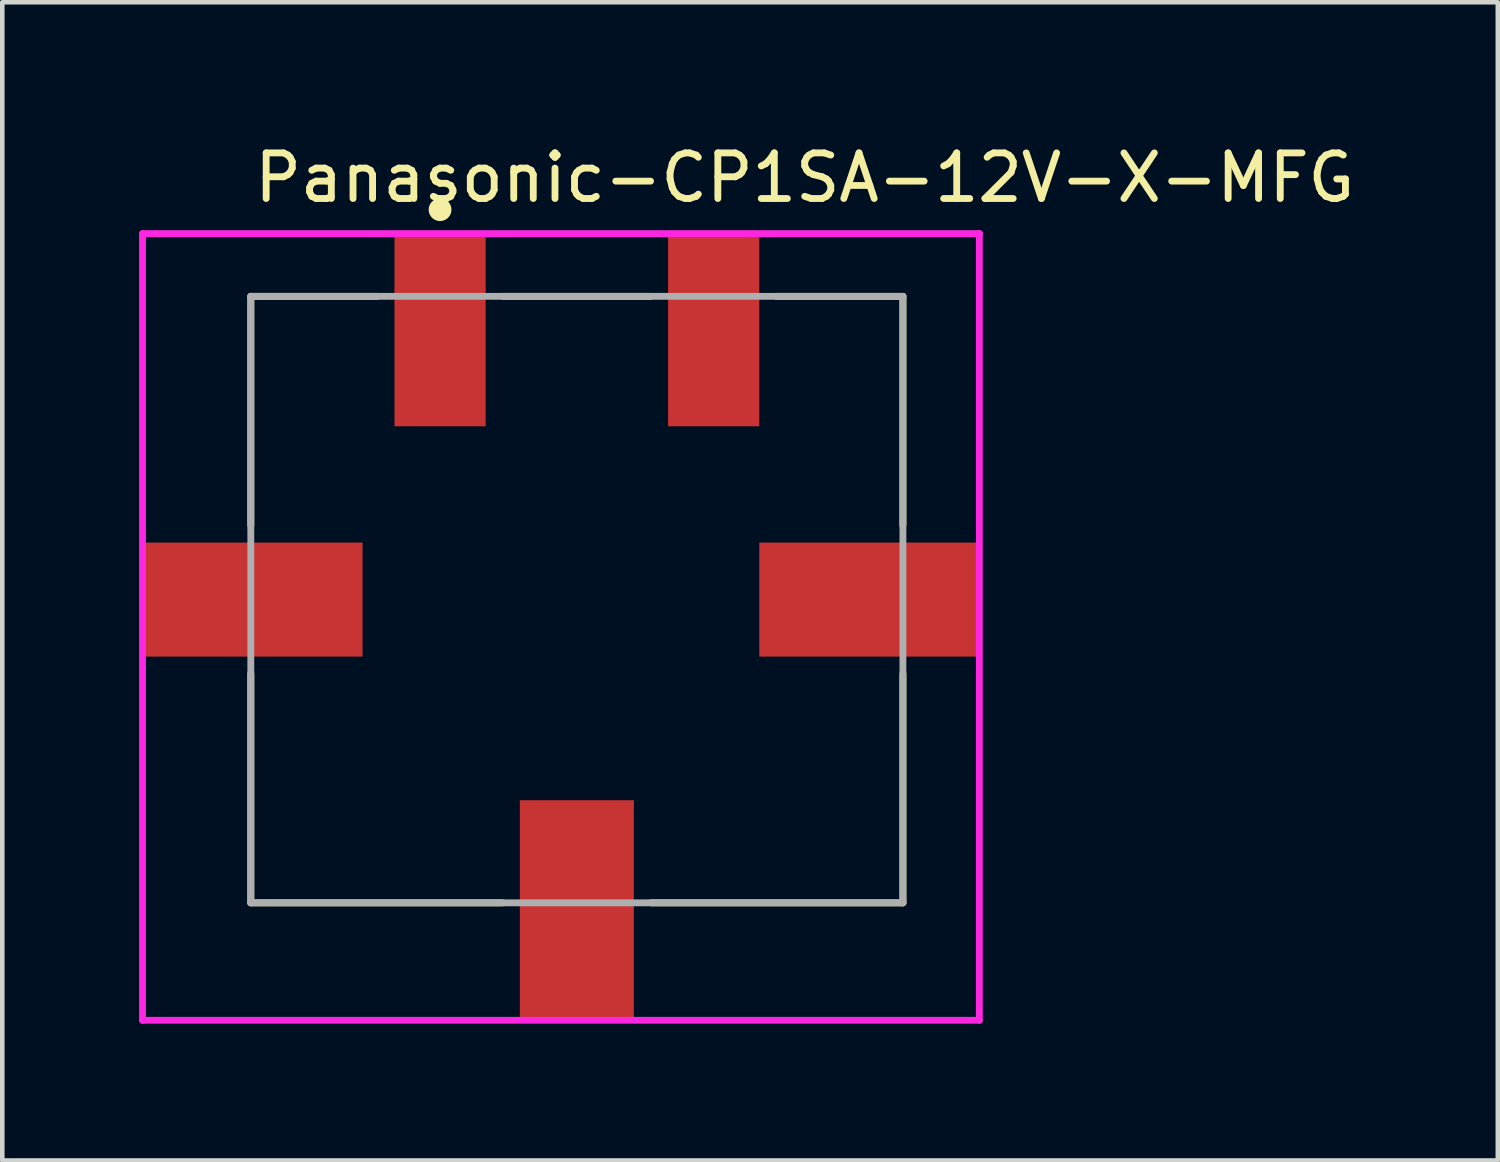
<source format=kicad_pcb>
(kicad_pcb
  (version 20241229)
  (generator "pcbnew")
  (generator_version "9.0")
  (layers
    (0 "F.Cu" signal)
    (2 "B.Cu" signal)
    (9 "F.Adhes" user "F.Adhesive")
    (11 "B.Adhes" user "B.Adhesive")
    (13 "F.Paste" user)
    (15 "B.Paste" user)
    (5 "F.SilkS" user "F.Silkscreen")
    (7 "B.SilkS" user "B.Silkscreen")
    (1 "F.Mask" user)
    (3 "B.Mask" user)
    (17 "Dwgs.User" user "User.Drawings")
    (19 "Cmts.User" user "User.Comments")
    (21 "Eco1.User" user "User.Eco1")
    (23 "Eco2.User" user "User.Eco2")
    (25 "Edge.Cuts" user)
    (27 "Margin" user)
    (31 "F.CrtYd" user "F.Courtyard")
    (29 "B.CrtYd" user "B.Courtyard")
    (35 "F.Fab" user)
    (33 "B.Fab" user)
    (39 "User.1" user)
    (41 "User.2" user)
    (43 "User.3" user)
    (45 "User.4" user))
  (footprint "Panasonic-CP1SA-12V-X-MFG"
    (layer "F.Cu")
    (at 9.6 10.098)
    (property "Reference" "Panasonic-CP1SA-12V-X-MFG" (at -7.15 -9.25 0) (layer "F.SilkS") (effects (font (size 1 1) (thickness 0.15)) (justify left)))
    (attr through_hole)
    (fp_line (start -7.15 -6.65) (end -4.375 -6.65) (stroke (width 0.15) (type solid)) (layer "F.SilkS"))
    (fp_line (start -7.15 -1.625) (end -7.15 -6.65) (stroke (width 0.15) (type solid)) (layer "F.SilkS"))
    (fp_line (start -7.15 6.65) (end -7.15 1.625) (stroke (width 0.15) (type solid)) (layer "F.SilkS"))
    (fp_line (start -7.15 6.65) (end -1.625 6.65) (stroke (width 0.15) (type solid)) (layer "F.SilkS"))
    (fp_line (start -1.625 -6.65) (end 1.625 -6.65) (stroke (width 0.15) (type solid)) (layer "F.SilkS"))
    (fp_line (start 1.625 6.65) (end 7.15 6.65) (stroke (width 0.15) (type solid)) (layer "F.SilkS"))
    (fp_line (start 4.375 -6.65) (end 7.15 -6.65) (stroke (width 0.15) (type solid)) (layer "F.SilkS"))
    (fp_line (start 7.15 -1.625) (end 7.15 -6.65) (stroke (width 0.15) (type solid)) (layer "F.SilkS"))
    (fp_line (start 7.15 6.65) (end 7.15 1.625) (stroke (width 0.15) (type solid)) (layer "F.SilkS"))
    (fp_circle (center -3 -8.55) (end -2.875 -8.55) (stroke (width 0.25) (type solid)) (fill no) (layer "F.SilkS"))
    (fp_line (start -9.525 -8.025) (end -9.525 9.225) (stroke (width 0.15) (type solid)) (layer "F.CrtYd"))
    (fp_line (start -9.525 9.225) (end 8.825 9.225) (stroke (width 0.15) (type solid)) (layer "F.CrtYd"))
    (fp_line (start 8.825 -8.025) (end -9.525 -8.025) (stroke (width 0.15) (type solid)) (layer "F.CrtYd"))
    (fp_line (start 8.825 -8.025) (end 8.825 -8.025) (stroke (width 0.15) (type solid)) (layer "F.CrtYd"))
    (fp_line (start 8.825 9.225) (end 8.825 -8.025) (stroke (width 0.15) (type solid)) (layer "F.CrtYd"))
    (fp_line (start -7.15 -6.65) (end 7.15 -6.65) (stroke (width 0.15) (type solid)) (layer "F.Fab"))
    (fp_line (start -7.15 6.65) (end -7.15 -6.65) (stroke (width 0.15) (type solid)) (layer "F.Fab"))
    (fp_line (start 7.15 -6.65) (end 7.15 6.65) (stroke (width 0.15) (type solid)) (layer "F.Fab"))
    (fp_line (start 7.15 6.65) (end -7.15 6.65) (stroke (width 0.15) (type solid)) (layer "F.Fab"))
    (pad "1" smd rect (at -3 -5.9) (size 2 4.2) (layers "F.Cu" "F.Mask" "F.Paste"))
    (pad "2" smd rect (at 3 -5.9) (size 2 4.2) (layers "F.Cu" "F.Mask" "F.Paste"))
    (pad "3" smd rect (at 6.4 0) (size 4.8 2.5) (layers "F.Cu" "F.Mask" "F.Paste"))
    (pad "4" smd rect (at -7.1 0) (size 4.8 2.5) (layers "F.Cu" "F.Mask" "F.Paste"))
    (pad "5" smd rect (at 0 6.8) (size 2.5 4.8) (layers "F.Cu" "F.Mask" "F.Paste")))
  (gr_rect
    (start -3 -3)
    (end 29.795 22.398)
    (stroke (width 0.1) (type default))
    (fill no)
    (layer "Edge.Cuts")))
</source>
